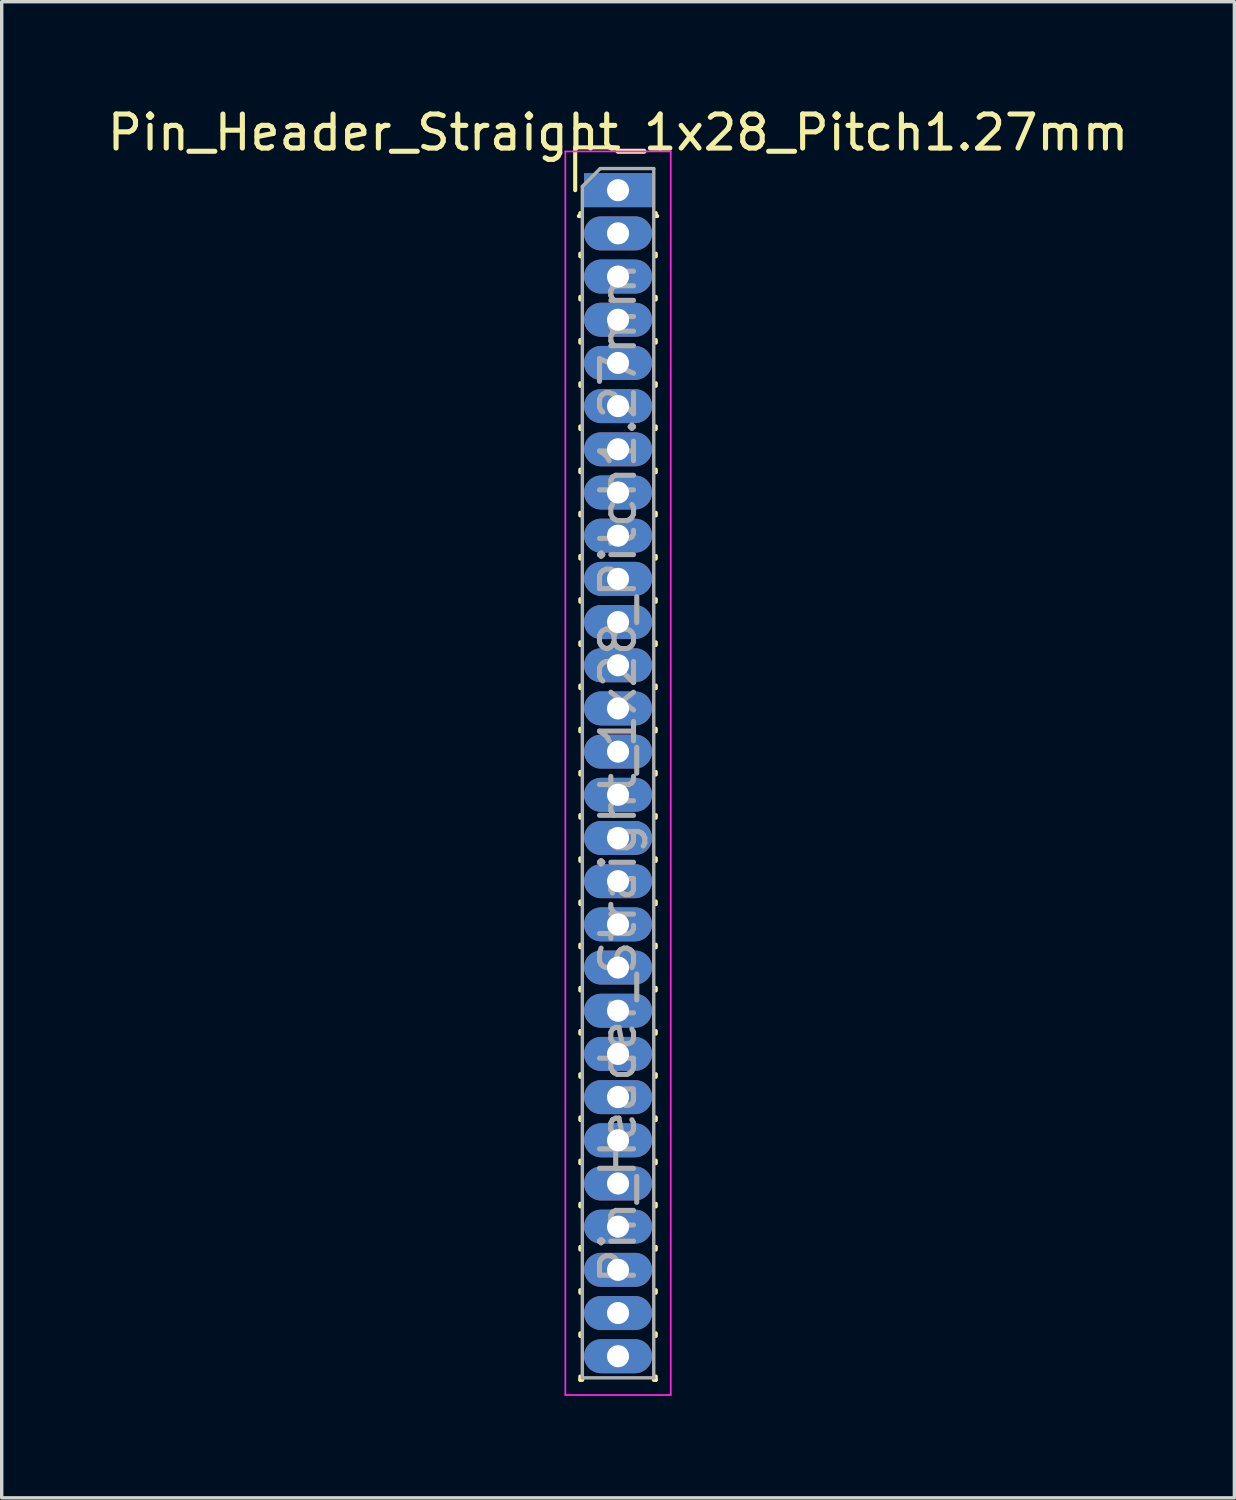
<source format=kicad_pcb>
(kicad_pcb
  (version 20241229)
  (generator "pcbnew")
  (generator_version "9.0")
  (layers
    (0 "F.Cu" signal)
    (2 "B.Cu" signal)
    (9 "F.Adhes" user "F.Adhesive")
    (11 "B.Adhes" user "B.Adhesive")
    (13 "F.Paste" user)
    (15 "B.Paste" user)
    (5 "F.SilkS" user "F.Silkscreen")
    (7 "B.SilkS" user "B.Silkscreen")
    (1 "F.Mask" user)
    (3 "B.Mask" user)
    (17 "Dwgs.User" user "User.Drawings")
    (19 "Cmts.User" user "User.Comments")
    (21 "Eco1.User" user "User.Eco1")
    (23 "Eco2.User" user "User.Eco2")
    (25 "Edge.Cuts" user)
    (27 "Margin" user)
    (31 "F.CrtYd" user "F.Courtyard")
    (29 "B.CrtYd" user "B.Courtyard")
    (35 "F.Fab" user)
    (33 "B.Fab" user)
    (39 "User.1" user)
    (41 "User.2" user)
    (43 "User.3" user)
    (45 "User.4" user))
  (footprint "Pin_Header_Straight_1x28_Pitch1.27mm"
    (layer "F.Cu")
    (at 15.125 2.543)
    (property "Reference" "Pin_Header_Straight_1x28_Pitch1.27mm" (at 0 -1.695 0) (layer "F.SilkS") (effects (font (size 1 1) (thickness 0.15))))
    (attr through_hole)
    (fp_line (start -1.26 -1.26) (end 0 -1.26) (stroke (width 0.12) (type solid)) (layer "F.SilkS"))
    (fp_line (start -1.26 0) (end -1.26 -1.26) (stroke (width 0.12) (type solid)) (layer "F.SilkS"))
    (fp_line (start -1.11 0.76) (end -1.152 0.76) (stroke (width 0.12) (type solid)) (layer "F.SilkS"))
    (fp_line (start -1.11 0.76) (end -1.11 0.674) (stroke (width 0.12) (type solid)) (layer "F.SilkS"))
    (fp_line (start -1.11 1.866) (end -1.11 1.944) (stroke (width 0.12) (type solid)) (layer "F.SilkS"))
    (fp_line (start -1.11 3.136) (end -1.11 3.214) (stroke (width 0.12) (type solid)) (layer "F.SilkS"))
    (fp_line (start -1.11 4.406) (end -1.11 4.484) (stroke (width 0.12) (type solid)) (layer "F.SilkS"))
    (fp_line (start -1.11 5.676) (end -1.11 5.754) (stroke (width 0.12) (type solid)) (layer "F.SilkS"))
    (fp_line (start -1.11 6.946) (end -1.11 7.024) (stroke (width 0.12) (type solid)) (layer "F.SilkS"))
    (fp_line (start -1.11 8.216) (end -1.11 8.294) (stroke (width 0.12) (type solid)) (layer "F.SilkS"))
    (fp_line (start -1.11 9.486) (end -1.11 9.564) (stroke (width 0.12) (type solid)) (layer "F.SilkS"))
    (fp_line (start -1.11 10.756) (end -1.11 10.834) (stroke (width 0.12) (type solid)) (layer "F.SilkS"))
    (fp_line (start -1.11 12.026) (end -1.11 12.104) (stroke (width 0.12) (type solid)) (layer "F.SilkS"))
    (fp_line (start -1.11 13.296) (end -1.11 13.374) (stroke (width 0.12) (type solid)) (layer "F.SilkS"))
    (fp_line (start -1.11 14.566) (end -1.11 14.644) (stroke (width 0.12) (type solid)) (layer "F.SilkS"))
    (fp_line (start -1.11 15.836) (end -1.11 15.914) (stroke (width 0.12) (type solid)) (layer "F.SilkS"))
    (fp_line (start -1.11 17.106) (end -1.11 17.184) (stroke (width 0.12) (type solid)) (layer "F.SilkS"))
    (fp_line (start -1.11 18.376) (end -1.11 18.454) (stroke (width 0.12) (type solid)) (layer "F.SilkS"))
    (fp_line (start -1.11 19.646) (end -1.11 19.724) (stroke (width 0.12) (type solid)) (layer "F.SilkS"))
    (fp_line (start -1.11 20.916) (end -1.11 20.994) (stroke (width 0.12) (type solid)) (layer "F.SilkS"))
    (fp_line (start -1.11 22.186) (end -1.11 22.264) (stroke (width 0.12) (type solid)) (layer "F.SilkS"))
    (fp_line (start -1.11 23.456) (end -1.11 23.534) (stroke (width 0.12) (type solid)) (layer "F.SilkS"))
    (fp_line (start -1.11 24.726) (end -1.11 24.804) (stroke (width 0.12) (type solid)) (layer "F.SilkS"))
    (fp_line (start -1.11 25.996) (end -1.11 26.074) (stroke (width 0.12) (type solid)) (layer "F.SilkS"))
    (fp_line (start -1.11 27.266) (end -1.11 27.344) (stroke (width 0.12) (type solid)) (layer "F.SilkS"))
    (fp_line (start -1.11 28.536) (end -1.11 28.614) (stroke (width 0.12) (type solid)) (layer "F.SilkS"))
    (fp_line (start -1.11 29.806) (end -1.11 29.884) (stroke (width 0.12) (type solid)) (layer "F.SilkS"))
    (fp_line (start -1.11 31.076) (end -1.11 31.154) (stroke (width 0.12) (type solid)) (layer "F.SilkS"))
    (fp_line (start -1.11 32.346) (end -1.11 32.424) (stroke (width 0.12) (type solid)) (layer "F.SilkS"))
    (fp_line (start -1.11 33.616) (end -1.11 33.694) (stroke (width 0.12) (type solid)) (layer "F.SilkS"))
    (fp_line (start -1.11 34.886) (end -1.11 34.985) (stroke (width 0.12) (type solid)) (layer "F.SilkS"))
    (fp_line (start -1.11 34.985) (end -1.051 34.985) (stroke (width 0.12) (type solid)) (layer "F.SilkS"))
    (fp_line (start 1.051 34.985) (end 1.11 34.985) (stroke (width 0.12) (type solid)) (layer "F.SilkS"))
    (fp_line (start 1.11 0.76) (end 1.11 0.674) (stroke (width 0.12) (type solid)) (layer "F.SilkS"))
    (fp_line (start 1.11 1.866) (end 1.11 1.944) (stroke (width 0.12) (type solid)) (layer "F.SilkS"))
    (fp_line (start 1.11 3.136) (end 1.11 3.214) (stroke (width 0.12) (type solid)) (layer "F.SilkS"))
    (fp_line (start 1.11 4.406) (end 1.11 4.484) (stroke (width 0.12) (type solid)) (layer "F.SilkS"))
    (fp_line (start 1.11 5.676) (end 1.11 5.754) (stroke (width 0.12) (type solid)) (layer "F.SilkS"))
    (fp_line (start 1.11 6.946) (end 1.11 7.024) (stroke (width 0.12) (type solid)) (layer "F.SilkS"))
    (fp_line (start 1.11 8.216) (end 1.11 8.294) (stroke (width 0.12) (type solid)) (layer "F.SilkS"))
    (fp_line (start 1.11 9.486) (end 1.11 9.564) (stroke (width 0.12) (type solid)) (layer "F.SilkS"))
    (fp_line (start 1.11 10.756) (end 1.11 10.834) (stroke (width 0.12) (type solid)) (layer "F.SilkS"))
    (fp_line (start 1.11 12.026) (end 1.11 12.104) (stroke (width 0.12) (type solid)) (layer "F.SilkS"))
    (fp_line (start 1.11 13.296) (end 1.11 13.374) (stroke (width 0.12) (type solid)) (layer "F.SilkS"))
    (fp_line (start 1.11 14.566) (end 1.11 14.644) (stroke (width 0.12) (type solid)) (layer "F.SilkS"))
    (fp_line (start 1.11 15.836) (end 1.11 15.914) (stroke (width 0.12) (type solid)) (layer "F.SilkS"))
    (fp_line (start 1.11 17.106) (end 1.11 17.184) (stroke (width 0.12) (type solid)) (layer "F.SilkS"))
    (fp_line (start 1.11 18.376) (end 1.11 18.454) (stroke (width 0.12) (type solid)) (layer "F.SilkS"))
    (fp_line (start 1.11 19.646) (end 1.11 19.724) (stroke (width 0.12) (type solid)) (layer "F.SilkS"))
    (fp_line (start 1.11 20.916) (end 1.11 20.994) (stroke (width 0.12) (type solid)) (layer "F.SilkS"))
    (fp_line (start 1.11 22.186) (end 1.11 22.264) (stroke (width 0.12) (type solid)) (layer "F.SilkS"))
    (fp_line (start 1.11 23.456) (end 1.11 23.534) (stroke (width 0.12) (type solid)) (layer "F.SilkS"))
    (fp_line (start 1.11 24.726) (end 1.11 24.804) (stroke (width 0.12) (type solid)) (layer "F.SilkS"))
    (fp_line (start 1.11 25.996) (end 1.11 26.074) (stroke (width 0.12) (type solid)) (layer "F.SilkS"))
    (fp_line (start 1.11 27.266) (end 1.11 27.344) (stroke (width 0.12) (type solid)) (layer "F.SilkS"))
    (fp_line (start 1.11 28.536) (end 1.11 28.614) (stroke (width 0.12) (type solid)) (layer "F.SilkS"))
    (fp_line (start 1.11 29.806) (end 1.11 29.884) (stroke (width 0.12) (type solid)) (layer "F.SilkS"))
    (fp_line (start 1.11 31.076) (end 1.11 31.154) (stroke (width 0.12) (type solid)) (layer "F.SilkS"))
    (fp_line (start 1.11 32.346) (end 1.11 32.424) (stroke (width 0.12) (type solid)) (layer "F.SilkS"))
    (fp_line (start 1.11 33.616) (end 1.11 33.694) (stroke (width 0.12) (type solid)) (layer "F.SilkS"))
    (fp_line (start 1.11 34.886) (end 1.11 34.985) (stroke (width 0.12) (type solid)) (layer "F.SilkS"))
    (fp_line (start 1.152 0.76) (end 1.11 0.76) (stroke (width 0.12) (type solid)) (layer "F.SilkS"))
    (fp_line (start -1.55 -1.14) (end -1.55 35.43) (stroke (width 0.05) (type solid)) (layer "F.CrtYd"))
    (fp_line (start -1.55 35.43) (end 1.55 35.43) (stroke (width 0.05) (type solid)) (layer "F.CrtYd"))
    (fp_line (start 1.55 -1.14) (end -1.55 -1.14) (stroke (width 0.05) (type solid)) (layer "F.CrtYd"))
    (fp_line (start 1.55 35.43) (end 1.55 -1.14) (stroke (width 0.05) (type solid)) (layer "F.CrtYd"))
    (fp_line (start -1.05 -0.11) (end -0.525 -0.635) (stroke (width 0.1) (type solid)) (layer "F.Fab"))
    (fp_line (start -1.05 34.925) (end -1.05 -0.11) (stroke (width 0.1) (type solid)) (layer "F.Fab"))
    (fp_line (start -0.525 -0.635) (end 1.05 -0.635) (stroke (width 0.1) (type solid)) (layer "F.Fab"))
    (fp_line (start 1.05 -0.635) (end 1.05 34.925) (stroke (width 0.1) (type solid)) (layer "F.Fab"))
    (fp_line (start 1.05 34.925) (end -1.05 34.925) (stroke (width 0.1) (type solid)) (layer "F.Fab"))
    (fp_text user "${REFERENCE}" (at 0 17.145 90) (layer "F.Fab") (effects (font (size 1 1) (thickness 0.15))))
    (pad "1" thru_hole rect (at 0 0) (size 2 1) (drill 0.65) (layers "*.Cu" "*.Mask"))
    (pad "2" thru_hole oval (at 0 1.27) (size 2 1) (drill 0.65) (layers "*.Cu" "*.Mask"))
    (pad "3" thru_hole oval (at 0 2.54) (size 2 1) (drill 0.65) (layers "*.Cu" "*.Mask"))
    (pad "4" thru_hole oval (at 0 3.81) (size 2 1) (drill 0.65) (layers "*.Cu" "*.Mask"))
    (pad "5" thru_hole oval (at 0 5.08) (size 2 1) (drill 0.65) (layers "*.Cu" "*.Mask"))
    (pad "6" thru_hole oval (at 0 6.35) (size 2 1) (drill 0.65) (layers "*.Cu" "*.Mask"))
    (pad "7" thru_hole oval (at 0 7.62) (size 2 1) (drill 0.65) (layers "*.Cu" "*.Mask"))
    (pad "8" thru_hole oval (at 0 8.89) (size 2 1) (drill 0.65) (layers "*.Cu" "*.Mask"))
    (pad "9" thru_hole oval (at 0 10.16) (size 2 1) (drill 0.65) (layers "*.Cu" "*.Mask"))
    (pad "10" thru_hole oval (at 0 11.43) (size 2 1) (drill 0.65) (layers "*.Cu" "*.Mask"))
    (pad "11" thru_hole oval (at 0 12.7) (size 2 1) (drill 0.65) (layers "*.Cu" "*.Mask"))
    (pad "12" thru_hole oval (at 0 13.97) (size 2 1) (drill 0.65) (layers "*.Cu" "*.Mask"))
    (pad "13" thru_hole oval (at 0 15.24) (size 2 1) (drill 0.65) (layers "*.Cu" "*.Mask"))
    (pad "14" thru_hole oval (at 0 16.51) (size 2 1) (drill 0.65) (layers "*.Cu" "*.Mask"))
    (pad "15" thru_hole oval (at 0 17.78) (size 2 1) (drill 0.65) (layers "*.Cu" "*.Mask"))
    (pad "16" thru_hole oval (at 0 19.05) (size 2 1) (drill 0.65) (layers "*.Cu" "*.Mask"))
    (pad "17" thru_hole oval (at 0 20.32) (size 2 1) (drill 0.65) (layers "*.Cu" "*.Mask"))
    (pad "18" thru_hole oval (at 0 21.59) (size 2 1) (drill 0.65) (layers "*.Cu" "*.Mask"))
    (pad "19" thru_hole oval (at 0 22.86) (size 2 1) (drill 0.65) (layers "*.Cu" "*.Mask"))
    (pad "20" thru_hole oval (at 0 24.13) (size 2 1) (drill 0.65) (layers "*.Cu" "*.Mask"))
    (pad "21" thru_hole oval (at 0 25.4) (size 2 1) (drill 0.65) (layers "*.Cu" "*.Mask"))
    (pad "22" thru_hole oval (at 0 26.67) (size 2 1) (drill 0.65) (layers "*.Cu" "*.Mask"))
    (pad "23" thru_hole oval (at 0 27.94) (size 2 1) (drill 0.65) (layers "*.Cu" "*.Mask"))
    (pad "24" thru_hole oval (at 0 29.21) (size 2 1) (drill 0.65) (layers "*.Cu" "*.Mask"))
    (pad "25" thru_hole oval (at 0 30.48) (size 2 1) (drill 0.65) (layers "*.Cu" "*.Mask"))
    (pad "26" thru_hole oval (at 0 31.75) (size 2 1) (drill 0.65) (layers "*.Cu" "*.Mask"))
    (pad "27" thru_hole oval (at 0 33.02) (size 2 1) (drill 0.65) (layers "*.Cu" "*.Mask"))
    (pad "28" thru_hole oval (at 0 34.29) (size 2 1) (drill 0.65) (layers "*.Cu" "*.Mask")))
  (gr_rect
    (start -3 -3)
    (end 33.25 40.998)
    (stroke (width 0.1) (type default))
    (fill no)
    (layer "Edge.Cuts")))
</source>
